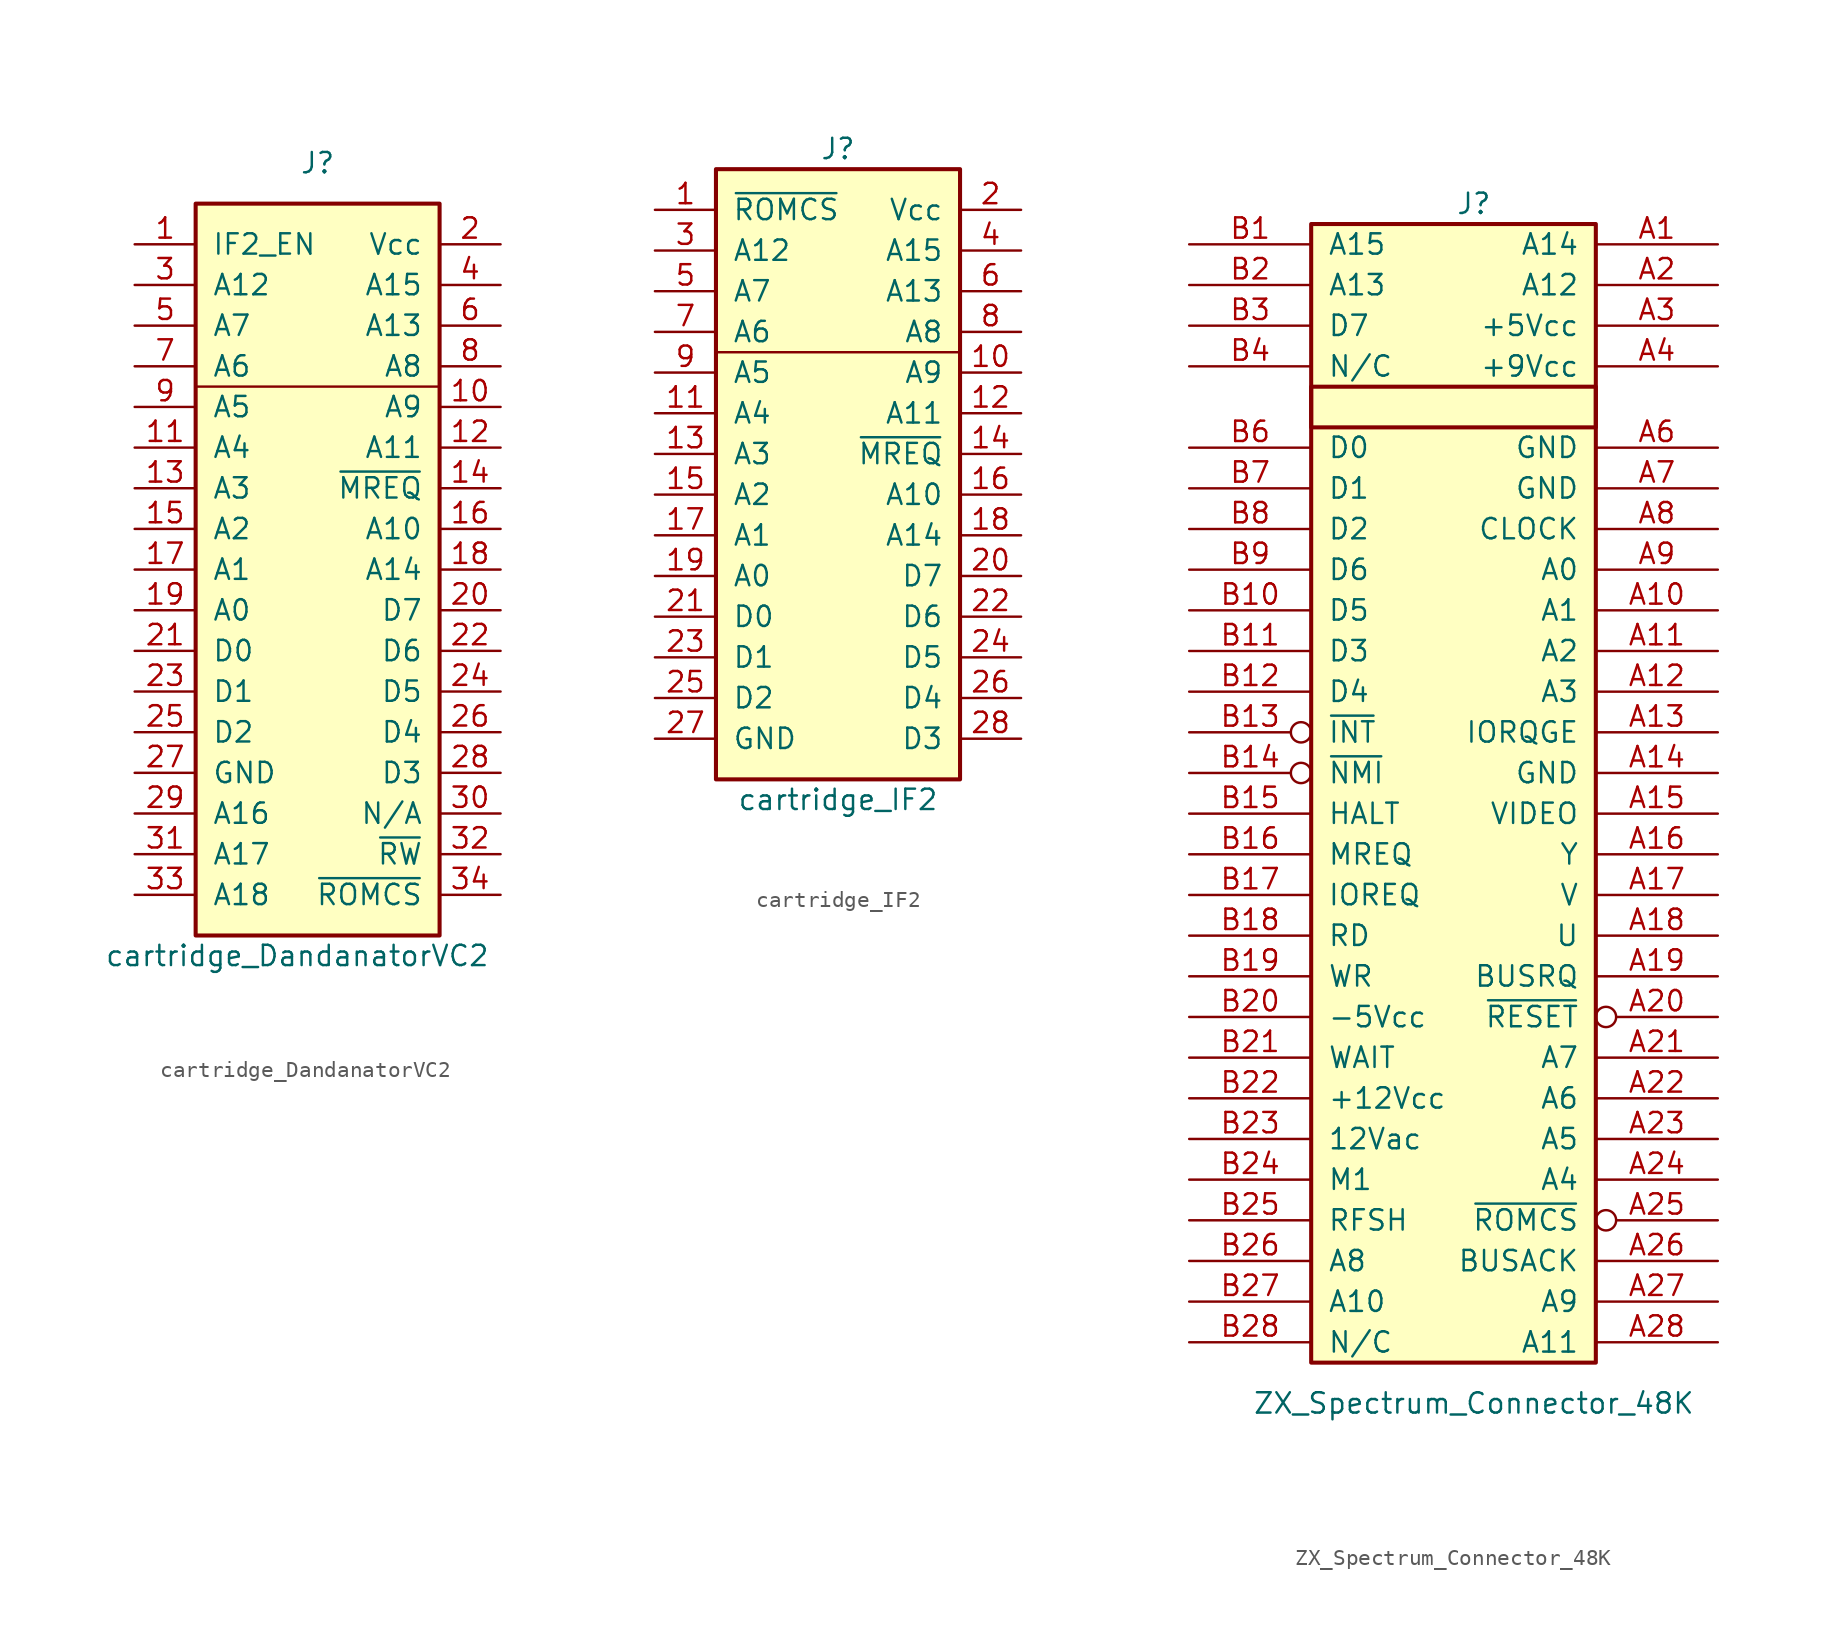
<source format=kicad_sym>
(kicad_symbol_lib
  (version 20220914)
  (generator kicad_symbol_editor)
  (symbol "cartridge_DandanatorVC2"
    (pin_names
      (offset 1.016))
    (property "Reference" "J"
      (at 1.27 25.4 0)
      (effects (font (size 1.27 1.27))))
    (property "Value" "cartridge_DandanatorVC2"
      (at 0 -24.13 0)
      (effects (font (size 1.27 1.27))))
    (symbol "cartridge_DandanatorVC2_0_1"
      (polyline (pts (xy -6.35 11.43) (xy 8.89 11.43)) (stroke (width 0) (type default)) (fill (type none))))
    (symbol "cartridge_DandanatorVC2_1_1"
      (rectangle (start -6.35 22.86) (end 8.89 -22.86) (stroke (width 0.254) (type default)) (fill (type background)))
      (pin passive line (at -10.16 20.32 0) (length 3.81) (name "IF2_EN" (effects (font (size 1.27 1.27)))) (number "1" (effects (font (size 1.27 1.27)))))
      (pin passive line (at 12.7 10.16 180) (length 3.81) (name "A9" (effects (font (size 1.27 1.27)))) (number "10" (effects (font (size 1.27 1.27)))))
      (pin passive line (at -10.16 7.62 0) (length 3.81) (name "A4" (effects (font (size 1.27 1.27)))) (number "11" (effects (font (size 1.27 1.27)))))
      (pin passive line (at 12.7 7.62 180) (length 3.81) (name "A11" (effects (font (size 1.27 1.27)))) (number "12" (effects (font (size 1.27 1.27)))))
      (pin passive line (at -10.16 5.08 0) (length 3.81) (name "A3" (effects (font (size 1.27 1.27)))) (number "13" (effects (font (size 1.27 1.27)))))
      (pin passive line (at 12.7 5.08 180) (length 3.81) (name "~{MREQ}" (effects (font (size 1.27 1.27)))) (number "14" (effects (font (size 1.27 1.27)))))
      (pin passive line (at -10.16 2.54 0) (length 3.81) (name "A2" (effects (font (size 1.27 1.27)))) (number "15" (effects (font (size 1.27 1.27)))))
      (pin passive line (at 12.7 2.54 180) (length 3.81) (name "A10" (effects (font (size 1.27 1.27)))) (number "16" (effects (font (size 1.27 1.27)))))
      (pin passive line (at -10.16 0 0) (length 3.81) (name "A1" (effects (font (size 1.27 1.27)))) (number "17" (effects (font (size 1.27 1.27)))))
      (pin passive line (at 12.7 0 180) (length 3.81) (name "A14" (effects (font (size 1.27 1.27)))) (number "18" (effects (font (size 1.27 1.27)))))
      (pin passive line (at -10.16 -2.54 0) (length 3.81) (name "A0" (effects (font (size 1.27 1.27)))) (number "19" (effects (font (size 1.27 1.27)))))
      (pin passive line (at 12.7 20.32 180) (length 3.81) (name "Vcc" (effects (font (size 1.27 1.27)))) (number "2" (effects (font (size 1.27 1.27)))))
      (pin passive line (at 12.7 -2.54 180) (length 3.81) (name "D7" (effects (font (size 1.27 1.27)))) (number "20" (effects (font (size 1.27 1.27)))))
      (pin passive line (at -10.16 -5.08 0) (length 3.81) (name "D0" (effects (font (size 1.27 1.27)))) (number "21" (effects (font (size 1.27 1.27)))))
      (pin passive line (at 12.7 -5.08 180) (length 3.81) (name "D6" (effects (font (size 1.27 1.27)))) (number "22" (effects (font (size 1.27 1.27)))))
      (pin passive line (at -10.16 -7.62 0) (length 3.81) (name "D1" (effects (font (size 1.27 1.27)))) (number "23" (effects (font (size 1.27 1.27)))))
      (pin passive line (at 12.7 -7.62 180) (length 3.81) (name "D5" (effects (font (size 1.27 1.27)))) (number "24" (effects (font (size 1.27 1.27)))))
      (pin passive line (at -10.16 -10.16 0) (length 3.81) (name "D2" (effects (font (size 1.27 1.27)))) (number "25" (effects (font (size 1.27 1.27)))))
      (pin passive line (at 12.7 -10.16 180) (length 3.81) (name "D4" (effects (font (size 1.27 1.27)))) (number "26" (effects (font (size 1.27 1.27)))))
      (pin passive line (at -10.16 -12.7 0) (length 3.81) (name "GND" (effects (font (size 1.27 1.27)))) (number "27" (effects (font (size 1.27 1.27)))))
      (pin passive line (at 12.7 -12.7 180) (length 3.81) (name "D3" (effects (font (size 1.27 1.27)))) (number "28" (effects (font (size 1.27 1.27)))))
      (pin passive line (at -10.16 -15.24 0) (length 3.81) (name "A16" (effects (font (size 1.27 1.27)))) (number "29" (effects (font (size 1.27 1.27)))))
      (pin passive line (at -10.16 17.78 0) (length 3.81) (name "A12" (effects (font (size 1.27 1.27)))) (number "3" (effects (font (size 1.27 1.27)))))
      (pin unspecified line (at 12.7 -15.24 180) (length 3.81) (name "N/A" (effects (font (size 1.27 1.27)))) (number "30" (effects (font (size 1.27 1.27)))))
      (pin passive line (at -10.16 -17.78 0) (length 3.81) (name "A17" (effects (font (size 1.27 1.27)))) (number "31" (effects (font (size 1.27 1.27)))))
      (pin passive line (at 12.7 -17.78 180) (length 3.81) (name "~{RW}" (effects (font (size 1.27 1.27)))) (number "32" (effects (font (size 1.27 1.27)))))
      (pin passive line (at -10.16 -20.32 0) (length 3.81) (name "A18" (effects (font (size 1.27 1.27)))) (number "33" (effects (font (size 1.27 1.27)))))
      (pin passive line (at 12.7 -20.32 180) (length 3.81) (name "~{ROMCS}" (effects (font (size 1.27 1.27)))) (number "34" (effects (font (size 1.27 1.27)))))
      (pin passive line (at 12.7 17.78 180) (length 3.81) (name "A15" (effects (font (size 1.27 1.27)))) (number "4" (effects (font (size 1.27 1.27)))))
      (pin passive line (at -10.16 15.24 0) (length 3.81) (name "A7" (effects (font (size 1.27 1.27)))) (number "5" (effects (font (size 1.27 1.27)))))
      (pin passive line (at 12.7 15.24 180) (length 3.81) (name "A13" (effects (font (size 1.27 1.27)))) (number "6" (effects (font (size 1.27 1.27)))))
      (pin passive line (at -10.16 12.7 0) (length 3.81) (name "A6" (effects (font (size 1.27 1.27)))) (number "7" (effects (font (size 1.27 1.27)))))
      (pin passive line (at 12.7 12.7 180) (length 3.81) (name "A8" (effects (font (size 1.27 1.27)))) (number "8" (effects (font (size 1.27 1.27)))))
      (pin passive line (at -10.16 10.16 0) (length 3.81) (name "A5" (effects (font (size 1.27 1.27)))) (number "9" (effects (font (size 1.27 1.27)))))))
  (symbol "cartridge_IF2"
    (pin_names
      (offset 1.016))
    (property "Reference" "J"
      (at 1.27 24.13 0)
      (effects (font (size 1.27 1.27))))
    (property "Value" "cartridge_IF2"
      (at 1.27 -16.51 0)
      (effects (font (size 1.27 1.27))))
    (symbol "cartridge_IF2_0_1"
      (polyline (pts (xy -6.35 11.43) (xy 8.89 11.43)) (stroke (width 0) (type default)) (fill (type none))))
    (symbol "cartridge_IF2_1_1"
      (rectangle (start -6.35 22.86) (end 8.89 -15.24) (stroke (width 0.254) (type default)) (fill (type background)))
      (pin passive line (at -10.16 20.32 0) (length 3.81) (name "~{ROMCS}" (effects (font (size 1.27 1.27)))) (number "1" (effects (font (size 1.27 1.27)))))
      (pin passive line (at 12.7 10.16 180) (length 3.81) (name "A9" (effects (font (size 1.27 1.27)))) (number "10" (effects (font (size 1.27 1.27)))))
      (pin passive line (at -10.16 7.62 0) (length 3.81) (name "A4" (effects (font (size 1.27 1.27)))) (number "11" (effects (font (size 1.27 1.27)))))
      (pin passive line (at 12.7 7.62 180) (length 3.81) (name "A11" (effects (font (size 1.27 1.27)))) (number "12" (effects (font (size 1.27 1.27)))))
      (pin passive line (at -10.16 5.08 0) (length 3.81) (name "A3" (effects (font (size 1.27 1.27)))) (number "13" (effects (font (size 1.27 1.27)))))
      (pin passive line (at 12.7 5.08 180) (length 3.81) (name "~{MREQ}" (effects (font (size 1.27 1.27)))) (number "14" (effects (font (size 1.27 1.27)))))
      (pin passive line (at -10.16 2.54 0) (length 3.81) (name "A2" (effects (font (size 1.27 1.27)))) (number "15" (effects (font (size 1.27 1.27)))))
      (pin passive line (at 12.7 2.54 180) (length 3.81) (name "A10" (effects (font (size 1.27 1.27)))) (number "16" (effects (font (size 1.27 1.27)))))
      (pin passive line (at -10.16 0 0) (length 3.81) (name "A1" (effects (font (size 1.27 1.27)))) (number "17" (effects (font (size 1.27 1.27)))))
      (pin passive line (at 12.7 0 180) (length 3.81) (name "A14" (effects (font (size 1.27 1.27)))) (number "18" (effects (font (size 1.27 1.27)))))
      (pin passive line (at -10.16 -2.54 0) (length 3.81) (name "A0" (effects (font (size 1.27 1.27)))) (number "19" (effects (font (size 1.27 1.27)))))
      (pin passive line (at 12.7 20.32 180) (length 3.81) (name "Vcc" (effects (font (size 1.27 1.27)))) (number "2" (effects (font (size 1.27 1.27)))))
      (pin passive line (at 12.7 -2.54 180) (length 3.81) (name "D7" (effects (font (size 1.27 1.27)))) (number "20" (effects (font (size 1.27 1.27)))))
      (pin passive line (at -10.16 -5.08 0) (length 3.81) (name "D0" (effects (font (size 1.27 1.27)))) (number "21" (effects (font (size 1.27 1.27)))))
      (pin passive line (at 12.7 -5.08 180) (length 3.81) (name "D6" (effects (font (size 1.27 1.27)))) (number "22" (effects (font (size 1.27 1.27)))))
      (pin passive line (at -10.16 -7.62 0) (length 3.81) (name "D1" (effects (font (size 1.27 1.27)))) (number "23" (effects (font (size 1.27 1.27)))))
      (pin passive line (at 12.7 -7.62 180) (length 3.81) (name "D5" (effects (font (size 1.27 1.27)))) (number "24" (effects (font (size 1.27 1.27)))))
      (pin passive line (at -10.16 -10.16 0) (length 3.81) (name "D2" (effects (font (size 1.27 1.27)))) (number "25" (effects (font (size 1.27 1.27)))))
      (pin passive line (at 12.7 -10.16 180) (length 3.81) (name "D4" (effects (font (size 1.27 1.27)))) (number "26" (effects (font (size 1.27 1.27)))))
      (pin passive line (at -10.16 -12.7 0) (length 3.81) (name "GND" (effects (font (size 1.27 1.27)))) (number "27" (effects (font (size 1.27 1.27)))))
      (pin passive line (at 12.7 -12.7 180) (length 3.81) (name "D3" (effects (font (size 1.27 1.27)))) (number "28" (effects (font (size 1.27 1.27)))))
      (pin passive line (at -10.16 17.78 0) (length 3.81) (name "A12" (effects (font (size 1.27 1.27)))) (number "3" (effects (font (size 1.27 1.27)))))
      (pin passive line (at 12.7 17.78 180) (length 3.81) (name "A15" (effects (font (size 1.27 1.27)))) (number "4" (effects (font (size 1.27 1.27)))))
      (pin passive line (at -10.16 15.24 0) (length 3.81) (name "A7" (effects (font (size 1.27 1.27)))) (number "5" (effects (font (size 1.27 1.27)))))
      (pin passive line (at 12.7 15.24 180) (length 3.81) (name "A13" (effects (font (size 1.27 1.27)))) (number "6" (effects (font (size 1.27 1.27)))))
      (pin passive line (at -10.16 12.7 0) (length 3.81) (name "A6" (effects (font (size 1.27 1.27)))) (number "7" (effects (font (size 1.27 1.27)))))
      (pin passive line (at 12.7 12.7 180) (length 3.81) (name "A8" (effects (font (size 1.27 1.27)))) (number "8" (effects (font (size 1.27 1.27)))))
      (pin passive line (at -10.16 10.16 0) (length 3.81) (name "A5" (effects (font (size 1.27 1.27)))) (number "9" (effects (font (size 1.27 1.27)))))))
  (symbol "ZX_Spectrum_Connector_48K"
    (pin_names
      (offset 1.016))
    (property "Reference" "J"
      (at 1.27 36.83 0)
      (effects (font (size 1.27 1.27))))
    (property "Value" "ZX_Spectrum_Connector_48K"
      (at 1.27 -38.1 0)
      (effects (font (size 1.27 1.27))))
    (symbol "ZX_Spectrum_Connector_48K_1_1"
      (rectangle (start -8.89 25.4) (end 8.89 22.86) (stroke (width 0.254) (type default)) (fill (type none)))
      (rectangle (start -8.89 35.56) (end 8.89 -35.56) (stroke (width 0.254) (type default)) (fill (type background)))
      (pin bidirectional line (at 16.51 34.29 180) (length 7.62) (name "A14" (effects (font (size 1.27 1.27)))) (number "A1" (effects (font (size 1.27 1.27)))))
      (pin bidirectional line (at 16.51 11.43 180) (length 7.62) (name "A1" (effects (font (size 1.27 1.27)))) (number "A10" (effects (font (size 1.27 1.27)))))
      (pin bidirectional line (at 16.51 8.89 180) (length 7.62) (name "A2" (effects (font (size 1.27 1.27)))) (number "A11" (effects (font (size 1.27 1.27)))))
      (pin bidirectional line (at 16.51 6.35 180) (length 7.62) (name "A3" (effects (font (size 1.27 1.27)))) (number "A12" (effects (font (size 1.27 1.27)))))
      (pin bidirectional line (at 16.51 3.81 180) (length 7.62) (name "IORQGE" (effects (font (size 1.27 1.27)))) (number "A13" (effects (font (size 1.27 1.27)))))
      (pin bidirectional line (at 16.51 1.27 180) (length 7.62) (name "GND" (effects (font (size 1.27 1.27)))) (number "A14" (effects (font (size 1.27 1.27)))))
      (pin bidirectional line (at 16.51 -1.27 180) (length 7.62) (name "VIDEO" (effects (font (size 1.27 1.27)))) (number "A15" (effects (font (size 1.27 1.27)))))
      (pin bidirectional line (at 16.51 -3.81 180) (length 7.62) (name "Y" (effects (font (size 1.27 1.27)))) (number "A16" (effects (font (size 1.27 1.27)))))
      (pin bidirectional line (at 16.51 -6.35 180) (length 7.62) (name "V" (effects (font (size 1.27 1.27)))) (number "A17" (effects (font (size 1.27 1.27)))))
      (pin bidirectional line (at 16.51 -8.89 180) (length 7.62) (name "U" (effects (font (size 1.27 1.27)))) (number "A18" (effects (font (size 1.27 1.27)))))
      (pin bidirectional line (at 16.51 -11.43 180) (length 7.62) (name "BUSRQ" (effects (font (size 1.27 1.27)))) (number "A19" (effects (font (size 1.27 1.27)))))
      (pin bidirectional line (at 16.51 31.75 180) (length 7.62) (name "A12" (effects (font (size 1.27 1.27)))) (number "A2" (effects (font (size 1.27 1.27)))))
      (pin bidirectional inverted (at 16.51 -13.97 180) (length 7.62) (name "~{RESET}" (effects (font (size 1.27 1.27)))) (number "A20" (effects (font (size 1.27 1.27)))))
      (pin bidirectional line (at 16.51 -16.51 180) (length 7.62) (name "A7" (effects (font (size 1.27 1.27)))) (number "A21" (effects (font (size 1.27 1.27)))))
      (pin bidirectional line (at 16.51 -19.05 180) (length 7.62) (name "A6" (effects (font (size 1.27 1.27)))) (number "A22" (effects (font (size 1.27 1.27)))))
      (pin bidirectional line (at 16.51 -21.59 180) (length 7.62) (name "A5" (effects (font (size 1.27 1.27)))) (number "A23" (effects (font (size 1.27 1.27)))))
      (pin bidirectional line (at 16.51 -24.13 180) (length 7.62) (name "A4" (effects (font (size 1.27 1.27)))) (number "A24" (effects (font (size 1.27 1.27)))))
      (pin bidirectional inverted (at 16.51 -26.67 180) (length 7.62) (name "~{ROMCS}" (effects (font (size 1.27 1.27)))) (number "A25" (effects (font (size 1.27 1.27)))))
      (pin bidirectional line (at 16.51 -29.21 180) (length 7.62) (name "BUSACK" (effects (font (size 1.27 1.27)))) (number "A26" (effects (font (size 1.27 1.27)))))
      (pin bidirectional line (at 16.51 -31.75 180) (length 7.62) (name "A9" (effects (font (size 1.27 1.27)))) (number "A27" (effects (font (size 1.27 1.27)))))
      (pin bidirectional line (at 16.51 -34.29 180) (length 7.62) (name "A11" (effects (font (size 1.27 1.27)))) (number "A28" (effects (font (size 1.27 1.27)))))
      (pin bidirectional line (at 16.51 29.21 180) (length 7.62) (name "+5Vcc" (effects (font (size 1.27 1.27)))) (number "A3" (effects (font (size 1.27 1.27)))))
      (pin bidirectional line (at 16.51 26.67 180) (length 7.62) (name "+9Vcc" (effects (font (size 1.27 1.27)))) (number "A4" (effects (font (size 1.27 1.27)))))
      (pin bidirectional line (at 16.51 21.59 180) (length 7.62) (name "GND" (effects (font (size 1.27 1.27)))) (number "A6" (effects (font (size 1.27 1.27)))))
      (pin bidirectional line (at 16.51 19.05 180) (length 7.62) (name "GND" (effects (font (size 1.27 1.27)))) (number "A7" (effects (font (size 1.27 1.27)))))
      (pin bidirectional line (at 16.51 16.51 180) (length 7.62) (name "CLOCK" (effects (font (size 1.27 1.27)))) (number "A8" (effects (font (size 1.27 1.27)))))
      (pin bidirectional line (at 16.51 13.97 180) (length 7.62) (name "A0" (effects (font (size 1.27 1.27)))) (number "A9" (effects (font (size 1.27 1.27)))))
      (pin bidirectional line (at -16.51 34.29 0) (length 7.62) (name "A15" (effects (font (size 1.27 1.27)))) (number "B1" (effects (font (size 1.27 1.27)))))
      (pin bidirectional line (at -16.51 11.43 0) (length 7.62) (name "D5" (effects (font (size 1.27 1.27)))) (number "B10" (effects (font (size 1.27 1.27)))))
      (pin bidirectional line (at -16.51 8.89 0) (length 7.62) (name "D3" (effects (font (size 1.27 1.27)))) (number "B11" (effects (font (size 1.27 1.27)))))
      (pin bidirectional line (at -16.51 6.35 0) (length 7.62) (name "D4" (effects (font (size 1.27 1.27)))) (number "B12" (effects (font (size 1.27 1.27)))))
      (pin bidirectional inverted (at -16.51 3.81 0) (length 7.62) (name "~{INT}" (effects (font (size 1.27 1.27)))) (number "B13" (effects (font (size 1.27 1.27)))))
      (pin bidirectional inverted (at -16.51 1.27 0) (length 7.62) (name "~{NMI}" (effects (font (size 1.27 1.27)))) (number "B14" (effects (font (size 1.27 1.27)))))
      (pin bidirectional line (at -16.51 -1.27 0) (length 7.62) (name "HALT" (effects (font (size 1.27 1.27)))) (number "B15" (effects (font (size 1.27 1.27)))))
      (pin bidirectional line (at -16.51 -3.81 0) (length 7.62) (name "MREQ" (effects (font (size 1.27 1.27)))) (number "B16" (effects (font (size 1.27 1.27)))))
      (pin bidirectional line (at -16.51 -6.35 0) (length 7.62) (name "IOREQ" (effects (font (size 1.27 1.27)))) (number "B17" (effects (font (size 1.27 1.27)))))
      (pin bidirectional line (at -16.51 -8.89 0) (length 7.62) (name "RD" (effects (font (size 1.27 1.27)))) (number "B18" (effects (font (size 1.27 1.27)))))
      (pin bidirectional line (at -16.51 -11.43 0) (length 7.62) (name "WR" (effects (font (size 1.27 1.27)))) (number "B19" (effects (font (size 1.27 1.27)))))
      (pin bidirectional line (at -16.51 31.75 0) (length 7.62) (name "A13" (effects (font (size 1.27 1.27)))) (number "B2" (effects (font (size 1.27 1.27)))))
      (pin bidirectional line (at -16.51 -13.97 0) (length 7.62) (name "-5Vcc" (effects (font (size 1.27 1.27)))) (number "B20" (effects (font (size 1.27 1.27)))))
      (pin bidirectional line (at -16.51 -16.51 0) (length 7.62) (name "WAIT" (effects (font (size 1.27 1.27)))) (number "B21" (effects (font (size 1.27 1.27)))))
      (pin bidirectional line (at -16.51 -19.05 0) (length 7.62) (name "+12Vcc" (effects (font (size 1.27 1.27)))) (number "B22" (effects (font (size 1.27 1.27)))))
      (pin bidirectional line (at -16.51 -21.59 0) (length 7.62) (name "12Vac" (effects (font (size 1.27 1.27)))) (number "B23" (effects (font (size 1.27 1.27)))))
      (pin bidirectional line (at -16.51 -24.13 0) (length 7.62) (name "M1" (effects (font (size 1.27 1.27)))) (number "B24" (effects (font (size 1.27 1.27)))))
      (pin bidirectional line (at -16.51 -26.67 0) (length 7.62) (name "RFSH" (effects (font (size 1.27 1.27)))) (number "B25" (effects (font (size 1.27 1.27)))))
      (pin bidirectional line (at -16.51 -29.21 0) (length 7.62) (name "A8" (effects (font (size 1.27 1.27)))) (number "B26" (effects (font (size 1.27 1.27)))))
      (pin bidirectional line (at -16.51 -31.75 0) (length 7.62) (name "A10" (effects (font (size 1.27 1.27)))) (number "B27" (effects (font (size 1.27 1.27)))))
      (pin unspecified line (at -16.51 -34.29 0) (length 7.62) (name "N/C" (effects (font (size 1.27 1.27)))) (number "B28" (effects (font (size 1.27 1.27)))))
      (pin bidirectional line (at -16.51 29.21 0) (length 7.62) (name "D7" (effects (font (size 1.27 1.27)))) (number "B3" (effects (font (size 1.27 1.27)))))
      (pin unspecified line (at -16.51 26.67 0) (length 7.62) (name "N/C" (effects (font (size 1.27 1.27)))) (number "B4" (effects (font (size 1.27 1.27)))))
      (pin bidirectional line (at -16.51 21.59 0) (length 7.62) (name "D0" (effects (font (size 1.27 1.27)))) (number "B6" (effects (font (size 1.27 1.27)))))
      (pin bidirectional line (at -16.51 19.05 0) (length 7.62) (name "D1" (effects (font (size 1.27 1.27)))) (number "B7" (effects (font (size 1.27 1.27)))))
      (pin bidirectional line (at -16.51 16.51 0) (length 7.62) (name "D2" (effects (font (size 1.27 1.27)))) (number "B8" (effects (font (size 1.27 1.27)))))
      (pin bidirectional line (at -16.51 13.97 0) (length 7.62) (name "D6" (effects (font (size 1.27 1.27)))) (number "B9" (effects (font (size 1.27 1.27))))))))
</source>
